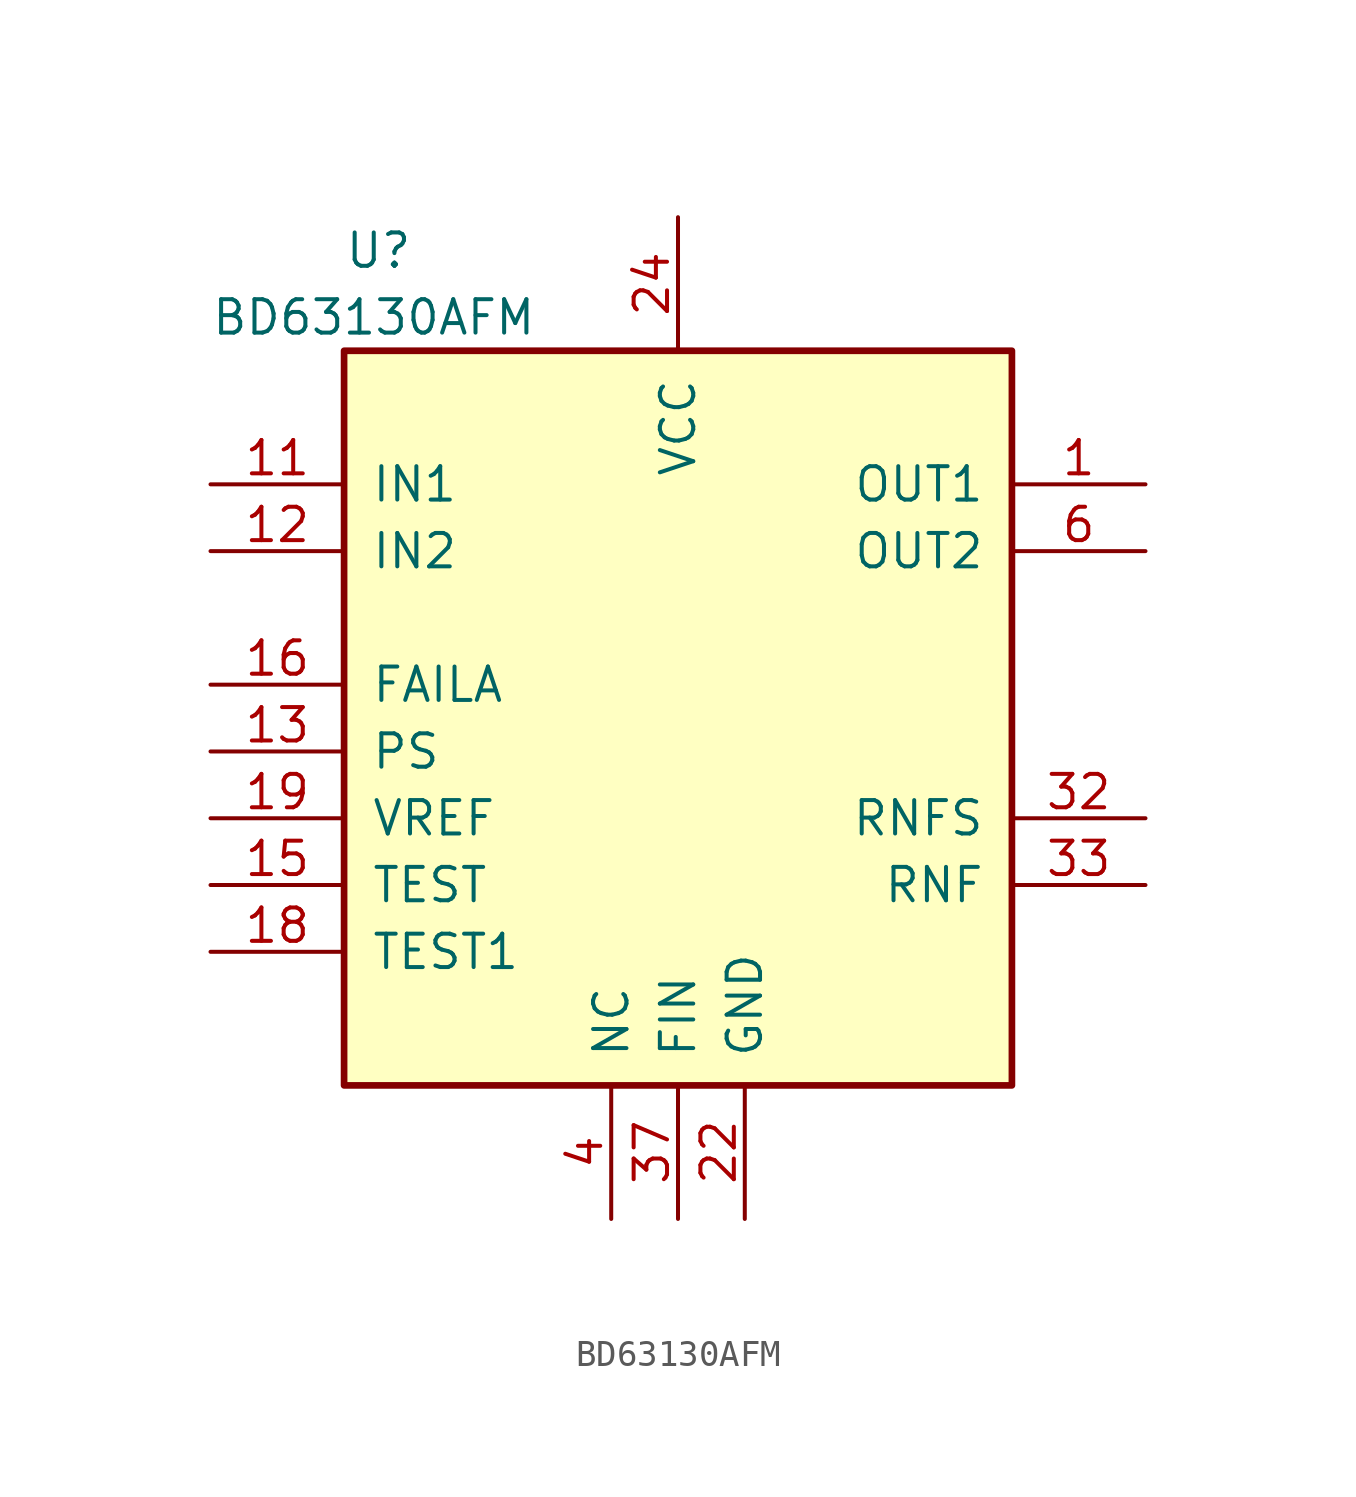
<source format=kicad_sym>
(kicad_symbol_lib
  (version 20211014)
  (generator kicad_symbol_editor)
  (symbol "BD63130AFM"
    (pin_names
      (offset 1.016))
    (property "Reference" "U"
      (at -12.7 16.51 0)
      (effects (font (size 1.27 1.27)) (justify left)))
    (property "Value" "BD63130AFM"
      (at -17.78 13.97 0)
      (effects (font (size 1.27 1.27)) (justify left)))
    (symbol "BD63130AFM_0_1"
      (rectangle (start -12.7 12.7) (end 12.7 -15.24) (stroke (width 0.254) (type default) (color 0 0 0 0)) (fill (type background))))
    (symbol "BD63130AFM_1_1"
      (pin power_out line (at 17.78 7.62 180) (length 5.08) (name "OUT1" (effects (font (size 1.27 1.27)))) (number "1" (effects (font (size 1.27 1.27)))))
      (pin free line (at -2.54 -20.32 90) (length 5.08) hide (name "NC" (effects (font (size 1.27 1.27)))) (number "10" (effects (font (size 1.27 1.27)))))
      (pin input line (at -17.78 7.62 0) (length 5.08) (name "IN1" (effects (font (size 1.27 1.27)))) (number "11" (effects (font (size 1.27 1.27)))))
      (pin input line (at -17.78 5.08 0) (length 5.08) (name "IN2" (effects (font (size 1.27 1.27)))) (number "12" (effects (font (size 1.27 1.27)))))
      (pin input line (at -17.78 -2.54 0) (length 5.08) (name "PS" (effects (font (size 1.27 1.27)))) (number "13" (effects (font (size 1.27 1.27)))))
      (pin free line (at -2.54 -20.32 90) (length 5.08) hide (name "NC" (effects (font (size 1.27 1.27)))) (number "14" (effects (font (size 1.27 1.27)))))
      (pin input line (at -17.78 -7.62 0) (length 5.08) (name "TEST" (effects (font (size 1.27 1.27)))) (number "15" (effects (font (size 1.27 1.27)))))
      (pin open_collector line (at -17.78 0 0) (length 5.08) (name "FAILA" (effects (font (size 1.27 1.27)))) (number "16" (effects (font (size 1.27 1.27)))))
      (pin free line (at -2.54 -20.32 90) (length 5.08) hide (name "NC" (effects (font (size 1.27 1.27)))) (number "17" (effects (font (size 1.27 1.27)))))
      (pin input line (at -17.78 -10.16 0) (length 5.08) (name "TEST1" (effects (font (size 1.27 1.27)))) (number "18" (effects (font (size 1.27 1.27)))))
      (pin free line (at -2.54 -20.32 90) (length 5.08) hide (name "NC" (effects (font (size 1.27 1.27)))) (number "19" (effects (font (size 1.27 1.27)))))
      (pin input line (at -17.78 -5.08 0) (length 5.08) (name "VREF" (effects (font (size 1.27 1.27)))) (number "19" (effects (font (size 1.27 1.27)))))
      (pin power_out line (at 17.78 7.62 180) (length 5.08) hide (name "OUT1" (effects (font (size 1.27 1.27)))) (number "2" (effects (font (size 1.27 1.27)))))
      (pin free line (at -2.54 -20.32 90) (length 5.08) hide (name "NC" (effects (font (size 1.27 1.27)))) (number "21" (effects (font (size 1.27 1.27)))))
      (pin power_in line (at 2.54 -20.32 90) (length 5.08) (name "GND" (effects (font (size 1.27 1.27)))) (number "22" (effects (font (size 1.27 1.27)))))
      (pin free line (at -2.54 -20.32 90) (length 5.08) hide (name "NC" (effects (font (size 1.27 1.27)))) (number "23" (effects (font (size 1.27 1.27)))))
      (pin power_in line (at 0 17.78 270) (length 5.08) (name "VCC" (effects (font (size 1.27 1.27)))) (number "24" (effects (font (size 1.27 1.27)))))
      (pin power_in line (at 0 17.78 270) (length 5.08) hide (name "VCC" (effects (font (size 1.27 1.27)))) (number "25" (effects (font (size 1.27 1.27)))))
      (pin power_in line (at 0 17.78 270) (length 5.08) hide (name "VCC" (effects (font (size 1.27 1.27)))) (number "26" (effects (font (size 1.27 1.27)))))
      (pin free line (at -2.54 -20.32 90) (length 5.08) hide (name "NC" (effects (font (size 1.27 1.27)))) (number "27" (effects (font (size 1.27 1.27)))))
      (pin free line (at -2.54 -20.32 90) (length 5.08) hide (name "NC" (effects (font (size 1.27 1.27)))) (number "28" (effects (font (size 1.27 1.27)))))
      (pin power_in line (at 2.54 -20.32 90) (length 5.08) hide (name "GND" (effects (font (size 1.27 1.27)))) (number "29" (effects (font (size 1.27 1.27)))))
      (pin power_out line (at 17.78 7.62 180) (length 5.08) hide (name "OUT1" (effects (font (size 1.27 1.27)))) (number "3" (effects (font (size 1.27 1.27)))))
      (pin free line (at -2.54 -20.32 90) (length 5.08) hide (name "NC" (effects (font (size 1.27 1.27)))) (number "30" (effects (font (size 1.27 1.27)))))
      (pin free line (at -2.54 -20.32 90) (length 5.08) hide (name "NC" (effects (font (size 1.27 1.27)))) (number "31" (effects (font (size 1.27 1.27)))))
      (pin input line (at 17.78 -5.08 180) (length 5.08) (name "RNFS" (effects (font (size 1.27 1.27)))) (number "32" (effects (font (size 1.27 1.27)))))
      (pin power_in line (at 17.78 -7.62 180) (length 5.08) (name "RNF" (effects (font (size 1.27 1.27)))) (number "33" (effects (font (size 1.27 1.27)))))
      (pin power_in line (at 17.78 -7.62 180) (length 5.08) hide (name "RNF" (effects (font (size 1.27 1.27)))) (number "34" (effects (font (size 1.27 1.27)))))
      (pin power_in line (at 17.78 -7.62 180) (length 5.08) hide (name "RNF" (effects (font (size 1.27 1.27)))) (number "35" (effects (font (size 1.27 1.27)))))
      (pin free line (at -2.54 -20.32 90) (length 5.08) hide (name "NC" (effects (font (size 1.27 1.27)))) (number "36" (effects (font (size 1.27 1.27)))))
      (pin free line (at 0 -20.32 90) (length 5.08) (name "FIN" (effects (font (size 1.27 1.27)))) (number "37" (effects (font (size 1.27 1.27)))))
      (pin free line (at 0 -20.32 90) (length 5.08) hide (name "FIN" (effects (font (size 1.27 1.27)))) (number "38" (effects (font (size 1.27 1.27)))))
      (pin free line (at -2.54 -20.32 90) (length 5.08) (name "NC" (effects (font (size 1.27 1.27)))) (number "4" (effects (font (size 1.27 1.27)))))
      (pin free line (at -2.54 -20.32 90) (length 5.08) hide (name "NC" (effects (font (size 1.27 1.27)))) (number "5" (effects (font (size 1.27 1.27)))))
      (pin power_out line (at 17.78 5.08 180) (length 5.08) (name "OUT2" (effects (font (size 1.27 1.27)))) (number "6" (effects (font (size 1.27 1.27)))))
      (pin power_out line (at 17.78 5.08 180) (length 5.08) hide (name "OUT2" (effects (font (size 1.27 1.27)))) (number "7" (effects (font (size 1.27 1.27)))))
      (pin power_out line (at 17.78 5.08 180) (length 5.08) hide (name "OUT2" (effects (font (size 1.27 1.27)))) (number "8" (effects (font (size 1.27 1.27)))))
      (pin free line (at -2.54 -20.32 90) (length 5.08) hide (name "NC" (effects (font (size 1.27 1.27)))) (number "9" (effects (font (size 1.27 1.27))))))))
</source>
